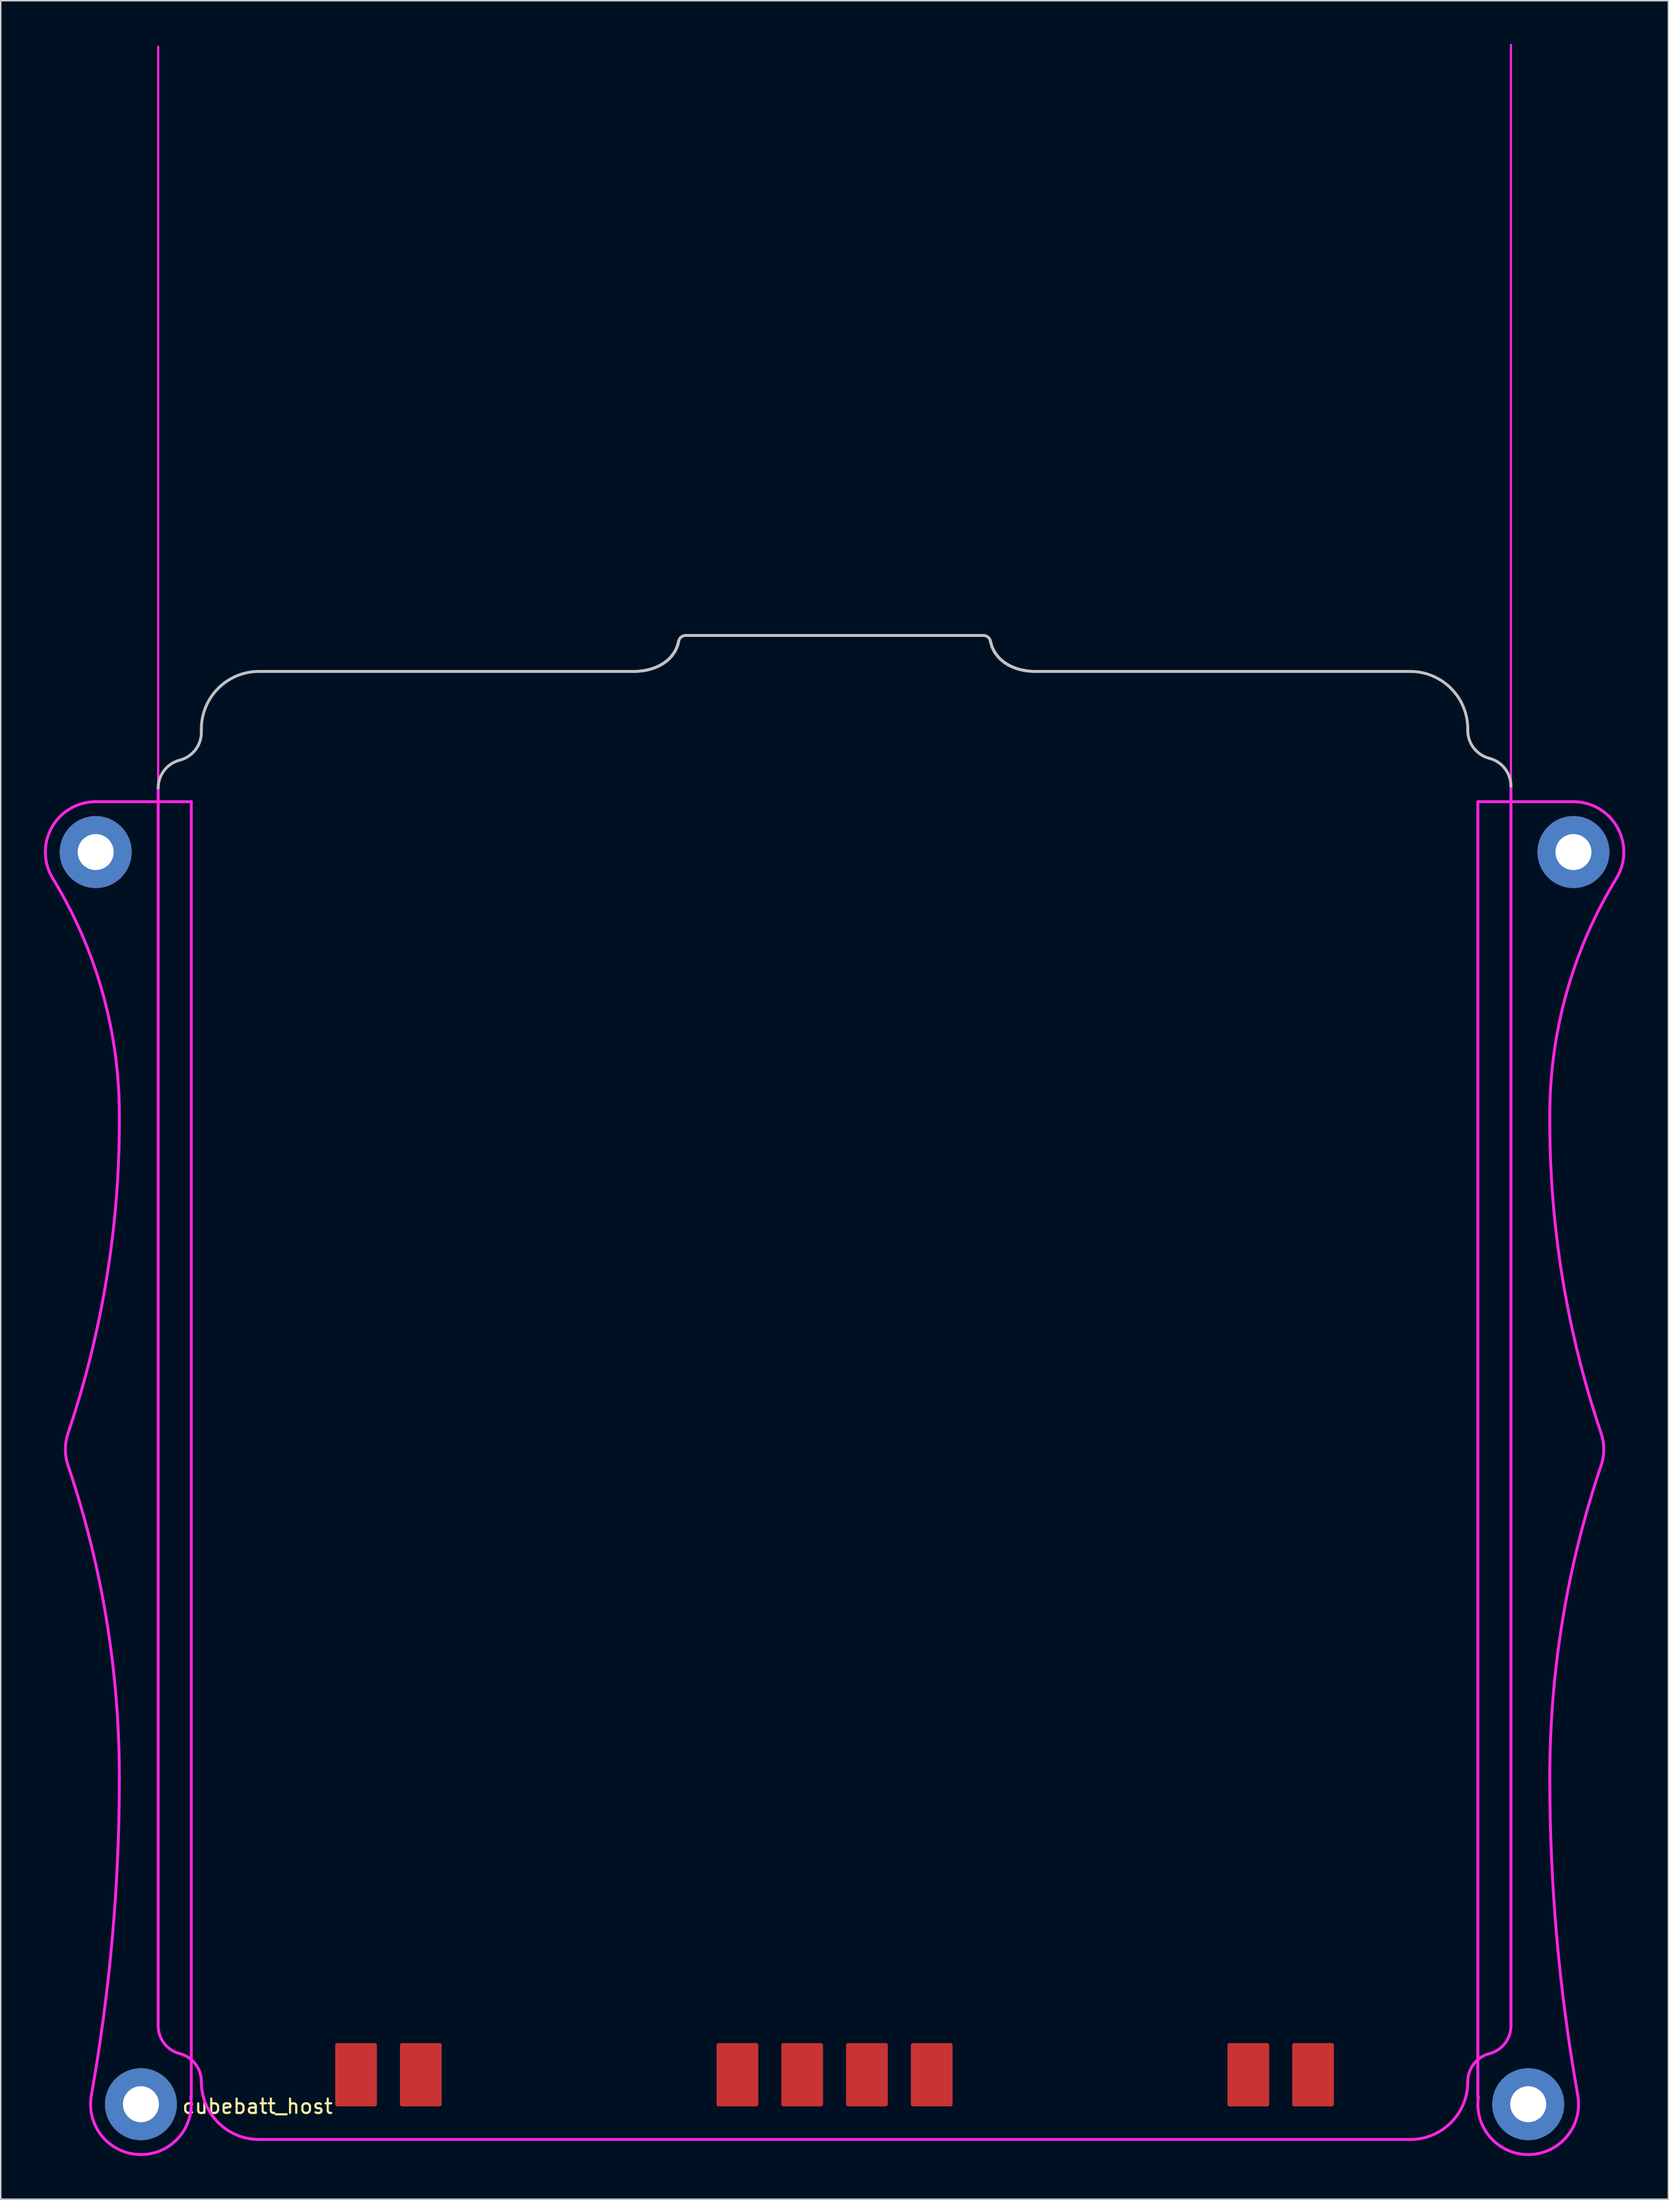
<source format=kicad_pcb>
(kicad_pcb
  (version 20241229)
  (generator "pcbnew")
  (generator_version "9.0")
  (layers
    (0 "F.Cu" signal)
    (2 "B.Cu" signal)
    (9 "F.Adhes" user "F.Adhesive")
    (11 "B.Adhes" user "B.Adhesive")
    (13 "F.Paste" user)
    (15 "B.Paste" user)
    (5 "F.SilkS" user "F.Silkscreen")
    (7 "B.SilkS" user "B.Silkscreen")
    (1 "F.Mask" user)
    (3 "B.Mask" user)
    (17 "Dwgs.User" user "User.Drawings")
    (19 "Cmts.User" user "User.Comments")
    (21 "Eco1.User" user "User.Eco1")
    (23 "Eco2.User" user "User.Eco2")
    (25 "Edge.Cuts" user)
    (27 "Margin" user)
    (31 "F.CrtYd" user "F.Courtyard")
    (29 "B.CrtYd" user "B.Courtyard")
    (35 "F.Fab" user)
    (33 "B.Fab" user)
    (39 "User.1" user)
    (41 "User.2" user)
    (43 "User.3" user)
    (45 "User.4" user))
  (footprint "cubebatt_host"
    (layer "F.Cu")
    (at 54.943 141.102)
    (property "Reference" "cubebatt_host" (at -40.1 2.2 0) (layer "F.SilkS") (effects (font (size 1 1) (thickness 0.15))))
    (attr through_hole)
    (fp_line (start -44 -93.5) (end -44 -93.273) (stroke (width 0.2) (type solid)) (layer "Dwgs.User"))
    (fp_line (start -14 -97.5) (end -40 -97.5) (stroke (width 0.2) (type solid)) (layer "Dwgs.User"))
    (fp_line (start -13.834 -97.503) (end -14 -97.5) (stroke (width 0.2) (type solid)) (layer "Dwgs.User"))
    (fp_line (start -13.671 -97.511) (end -13.834 -97.503) (stroke (width 0.2) (type solid)) (layer "Dwgs.User"))
    (fp_line (start -13.512 -97.524) (end -13.671 -97.511) (stroke (width 0.2) (type solid)) (layer "Dwgs.User"))
    (fp_line (start -13.358 -97.542) (end -13.512 -97.524) (stroke (width 0.2) (type solid)) (layer "Dwgs.User"))
    (fp_line (start -13.282 -97.553) (end -13.358 -97.542) (stroke (width 0.2) (type solid)) (layer "Dwgs.User"))
    (fp_line (start -13.207 -97.565) (end -13.282 -97.553) (stroke (width 0.2) (type solid)) (layer "Dwgs.User"))
    (fp_line (start -13.133 -97.579) (end -13.207 -97.565) (stroke (width 0.2) (type solid)) (layer "Dwgs.User"))
    (fp_line (start -13.06 -97.593) (end -13.133 -97.579) (stroke (width 0.2) (type solid)) (layer "Dwgs.User"))
    (fp_line (start -12.989 -97.609) (end -13.06 -97.593) (stroke (width 0.2) (type solid)) (layer "Dwgs.User"))
    (fp_line (start -12.918 -97.626) (end -12.989 -97.609) (stroke (width 0.2) (type solid)) (layer "Dwgs.User"))
    (fp_line (start -12.848 -97.644) (end -12.918 -97.626) (stroke (width 0.2) (type solid)) (layer "Dwgs.User"))
    (fp_line (start -12.779 -97.663) (end -12.848 -97.644) (stroke (width 0.2) (type solid)) (layer "Dwgs.User"))
    (fp_line (start -12.712 -97.683) (end -12.779 -97.663) (stroke (width 0.2) (type solid)) (layer "Dwgs.User"))
    (fp_line (start -12.645 -97.704) (end -12.712 -97.683) (stroke (width 0.2) (type solid)) (layer "Dwgs.User"))
    (fp_line (start -12.579 -97.727) (end -12.645 -97.704) (stroke (width 0.2) (type solid)) (layer "Dwgs.User"))
    (fp_line (start -12.515 -97.75) (end -12.579 -97.727) (stroke (width 0.2) (type solid)) (layer "Dwgs.User"))
    (fp_line (start -12.452 -97.775) (end -12.515 -97.75) (stroke (width 0.2) (type solid)) (layer "Dwgs.User"))
    (fp_line (start -12.389 -97.8) (end -12.452 -97.775) (stroke (width 0.2) (type solid)) (layer "Dwgs.User"))
    (fp_line (start -12.328 -97.827) (end -12.389 -97.8) (stroke (width 0.2) (type solid)) (layer "Dwgs.User"))
    (fp_line (start -12.268 -97.854) (end -12.328 -97.827) (stroke (width 0.2) (type solid)) (layer "Dwgs.User"))
    (fp_line (start -12.209 -97.883) (end -12.268 -97.854) (stroke (width 0.2) (type solid)) (layer "Dwgs.User"))
    (fp_line (start -12.151 -97.912) (end -12.209 -97.883) (stroke (width 0.2) (type solid)) (layer "Dwgs.User"))
    (fp_line (start -12.094 -97.943) (end -12.151 -97.912) (stroke (width 0.2) (type solid)) (layer "Dwgs.User"))
    (fp_line (start -12.039 -97.974) (end -12.094 -97.943) (stroke (width 0.2) (type solid)) (layer "Dwgs.User"))
    (fp_line (start -11.984 -98.007) (end -12.039 -97.974) (stroke (width 0.2) (type solid)) (layer "Dwgs.User"))
    (fp_line (start -11.931 -98.04) (end -11.984 -98.007) (stroke (width 0.2) (type solid)) (layer "Dwgs.User"))
    (fp_line (start -11.878 -98.074) (end -11.931 -98.04) (stroke (width 0.2) (type solid)) (layer "Dwgs.User"))
    (fp_line (start -11.827 -98.109) (end -11.878 -98.074) (stroke (width 0.2) (type solid)) (layer "Dwgs.User"))
    (fp_line (start -11.777 -98.145) (end -11.827 -98.109) (stroke (width 0.2) (type solid)) (layer "Dwgs.User"))
    (fp_line (start -11.728 -98.181) (end -11.777 -98.145) (stroke (width 0.2) (type solid)) (layer "Dwgs.User"))
    (fp_line (start -11.681 -98.219) (end -11.728 -98.181) (stroke (width 0.2) (type solid)) (layer "Dwgs.User"))
    (fp_line (start -11.634 -98.257) (end -11.681 -98.219) (stroke (width 0.2) (type solid)) (layer "Dwgs.User"))
    (fp_line (start -11.589 -98.296) (end -11.634 -98.257) (stroke (width 0.2) (type solid)) (layer "Dwgs.User"))
    (fp_line (start -11.545 -98.336) (end -11.589 -98.296) (stroke (width 0.2) (type solid)) (layer "Dwgs.User"))
    (fp_line (start -11.502 -98.376) (end -11.545 -98.336) (stroke (width 0.2) (type solid)) (layer "Dwgs.User"))
    (fp_line (start -11.46 -98.418) (end -11.502 -98.376) (stroke (width 0.2) (type solid)) (layer "Dwgs.User"))
    (fp_line (start -11.42 -98.46) (end -11.46 -98.418) (stroke (width 0.2) (type solid)) (layer "Dwgs.User"))
    (fp_line (start -11.381 -98.502) (end -11.42 -98.46) (stroke (width 0.2) (type solid)) (layer "Dwgs.User"))
    (fp_line (start -11.343 -98.546) (end -11.381 -98.502) (stroke (width 0.2) (type solid)) (layer "Dwgs.User"))
    (fp_line (start -11.306 -98.59) (end -11.343 -98.546) (stroke (width 0.2) (type solid)) (layer "Dwgs.User"))
    (fp_line (start -11.27 -98.635) (end -11.306 -98.59) (stroke (width 0.2) (type solid)) (layer "Dwgs.User"))
    (fp_line (start -11.236 -98.68) (end -11.27 -98.635) (stroke (width 0.2) (type solid)) (layer "Dwgs.User"))
    (fp_line (start -11.203 -98.726) (end -11.236 -98.68) (stroke (width 0.2) (type solid)) (layer "Dwgs.User"))
    (fp_line (start -11.171 -98.773) (end -11.203 -98.726) (stroke (width 0.2) (type solid)) (layer "Dwgs.User"))
    (fp_line (start -11.14 -98.82) (end -11.171 -98.773) (stroke (width 0.2) (type solid)) (layer "Dwgs.User"))
    (fp_line (start -11.111 -98.868) (end -11.14 -98.82) (stroke (width 0.2) (type solid)) (layer "Dwgs.User"))
    (fp_line (start -11.083 -98.917) (end -11.111 -98.868) (stroke (width 0.2) (type solid)) (layer "Dwgs.User"))
    (fp_line (start -11.056 -98.966) (end -11.083 -98.917) (stroke (width 0.2) (type solid)) (layer "Dwgs.User"))
    (fp_line (start -11.031 -99.015) (end -11.056 -98.966) (stroke (width 0.2) (type solid)) (layer "Dwgs.User"))
    (fp_line (start -11.007 -99.065) (end -11.031 -99.015) (stroke (width 0.2) (type solid)) (layer "Dwgs.User"))
    (fp_line (start -10.984 -99.116) (end -11.007 -99.065) (stroke (width 0.2) (type solid)) (layer "Dwgs.User"))
    (fp_line (start -10.962 -99.167) (end -10.984 -99.116) (stroke (width 0.2) (type solid)) (layer "Dwgs.User"))
    (fp_line (start -10.942 -99.219) (end -10.962 -99.167) (stroke (width 0.2) (type solid)) (layer "Dwgs.User"))
    (fp_line (start -10.923 -99.271) (end -10.942 -99.219) (stroke (width 0.2) (type solid)) (layer "Dwgs.User"))
    (fp_line (start -10.905 -99.323) (end -10.923 -99.271) (stroke (width 0.2) (type solid)) (layer "Dwgs.User"))
    (fp_line (start -10.889 -99.376) (end -10.905 -99.323) (stroke (width 0.2) (type solid)) (layer "Dwgs.User"))
    (fp_line (start -10.874 -99.429) (end -10.889 -99.376) (stroke (width 0.2) (type solid)) (layer "Dwgs.User"))
    (fp_line (start -10.861 -99.483) (end -10.874 -99.429) (stroke (width 0.2) (type solid)) (layer "Dwgs.User"))
    (fp_line (start -10.848 -99.537) (end -10.861 -99.483) (stroke (width 0.2) (type solid)) (layer "Dwgs.User"))
    (fp_line (start -10.837 -99.592) (end -10.848 -99.537) (stroke (width 0.2) (type solid)) (layer "Dwgs.User"))
    (fp_line (start 10.346 -100) (end -10.346 -100) (stroke (width 0.2) (type solid)) (layer "Dwgs.User"))
    (fp_line (start 10.848 -99.537) (end 10.837 -99.592) (stroke (width 0.2) (type solid)) (layer "Dwgs.User"))
    (fp_line (start 10.861 -99.483) (end 10.848 -99.537) (stroke (width 0.2) (type solid)) (layer "Dwgs.User"))
    (fp_line (start 10.874 -99.429) (end 10.861 -99.483) (stroke (width 0.2) (type solid)) (layer "Dwgs.User"))
    (fp_line (start 10.889 -99.376) (end 10.874 -99.429) (stroke (width 0.2) (type solid)) (layer "Dwgs.User"))
    (fp_line (start 10.905 -99.323) (end 10.889 -99.376) (stroke (width 0.2) (type solid)) (layer "Dwgs.User"))
    (fp_line (start 10.923 -99.271) (end 10.905 -99.323) (stroke (width 0.2) (type solid)) (layer "Dwgs.User"))
    (fp_line (start 10.942 -99.219) (end 10.923 -99.271) (stroke (width 0.2) (type solid)) (layer "Dwgs.User"))
    (fp_line (start 10.962 -99.167) (end 10.942 -99.219) (stroke (width 0.2) (type solid)) (layer "Dwgs.User"))
    (fp_line (start 10.984 -99.116) (end 10.962 -99.167) (stroke (width 0.2) (type solid)) (layer "Dwgs.User"))
    (fp_line (start 11.007 -99.065) (end 10.984 -99.116) (stroke (width 0.2) (type solid)) (layer "Dwgs.User"))
    (fp_line (start 11.031 -99.015) (end 11.007 -99.065) (stroke (width 0.2) (type solid)) (layer "Dwgs.User"))
    (fp_line (start 11.056 -98.966) (end 11.031 -99.015) (stroke (width 0.2) (type solid)) (layer "Dwgs.User"))
    (fp_line (start 11.083 -98.917) (end 11.056 -98.966) (stroke (width 0.2) (type solid)) (layer "Dwgs.User"))
    (fp_line (start 11.111 -98.868) (end 11.083 -98.917) (stroke (width 0.2) (type solid)) (layer "Dwgs.User"))
    (fp_line (start 11.14 -98.82) (end 11.111 -98.868) (stroke (width 0.2) (type solid)) (layer "Dwgs.User"))
    (fp_line (start 11.171 -98.773) (end 11.14 -98.82) (stroke (width 0.2) (type solid)) (layer "Dwgs.User"))
    (fp_line (start 11.203 -98.726) (end 11.171 -98.773) (stroke (width 0.2) (type solid)) (layer "Dwgs.User"))
    (fp_line (start 11.236 -98.68) (end 11.203 -98.726) (stroke (width 0.2) (type solid)) (layer "Dwgs.User"))
    (fp_line (start 11.27 -98.635) (end 11.236 -98.68) (stroke (width 0.2) (type solid)) (layer "Dwgs.User"))
    (fp_line (start 11.306 -98.59) (end 11.27 -98.635) (stroke (width 0.2) (type solid)) (layer "Dwgs.User"))
    (fp_line (start 11.343 -98.546) (end 11.306 -98.59) (stroke (width 0.2) (type solid)) (layer "Dwgs.User"))
    (fp_line (start 11.381 -98.502) (end 11.343 -98.546) (stroke (width 0.2) (type solid)) (layer "Dwgs.User"))
    (fp_line (start 11.42 -98.46) (end 11.381 -98.502) (stroke (width 0.2) (type solid)) (layer "Dwgs.User"))
    (fp_line (start 11.46 -98.418) (end 11.42 -98.46) (stroke (width 0.2) (type solid)) (layer "Dwgs.User"))
    (fp_line (start 11.502 -98.376) (end 11.46 -98.418) (stroke (width 0.2) (type solid)) (layer "Dwgs.User"))
    (fp_line (start 11.545 -98.336) (end 11.502 -98.376) (stroke (width 0.2) (type solid)) (layer "Dwgs.User"))
    (fp_line (start 11.589 -98.296) (end 11.545 -98.336) (stroke (width 0.2) (type solid)) (layer "Dwgs.User"))
    (fp_line (start 11.634 -98.257) (end 11.589 -98.296) (stroke (width 0.2) (type solid)) (layer "Dwgs.User"))
    (fp_line (start 11.681 -98.219) (end 11.634 -98.257) (stroke (width 0.2) (type solid)) (layer "Dwgs.User"))
    (fp_line (start 11.728 -98.181) (end 11.681 -98.219) (stroke (width 0.2) (type solid)) (layer "Dwgs.User"))
    (fp_line (start 11.777 -98.145) (end 11.728 -98.181) (stroke (width 0.2) (type solid)) (layer "Dwgs.User"))
    (fp_line (start 11.827 -98.109) (end 11.777 -98.145) (stroke (width 0.2) (type solid)) (layer "Dwgs.User"))
    (fp_line (start 11.878 -98.074) (end 11.827 -98.109) (stroke (width 0.2) (type solid)) (layer "Dwgs.User"))
    (fp_line (start 11.931 -98.04) (end 11.878 -98.074) (stroke (width 0.2) (type solid)) (layer "Dwgs.User"))
    (fp_line (start 11.984 -98.007) (end 11.931 -98.04) (stroke (width 0.2) (type solid)) (layer "Dwgs.User"))
    (fp_line (start 12.039 -97.974) (end 11.984 -98.007) (stroke (width 0.2) (type solid)) (layer "Dwgs.User"))
    (fp_line (start 12.094 -97.943) (end 12.039 -97.974) (stroke (width 0.2) (type solid)) (layer "Dwgs.User"))
    (fp_line (start 12.151 -97.912) (end 12.094 -97.943) (stroke (width 0.2) (type solid)) (layer "Dwgs.User"))
    (fp_line (start 12.209 -97.883) (end 12.151 -97.912) (stroke (width 0.2) (type solid)) (layer "Dwgs.User"))
    (fp_line (start 12.268 -97.854) (end 12.209 -97.883) (stroke (width 0.2) (type solid)) (layer "Dwgs.User"))
    (fp_line (start 12.328 -97.827) (end 12.268 -97.854) (stroke (width 0.2) (type solid)) (layer "Dwgs.User"))
    (fp_line (start 12.389 -97.8) (end 12.328 -97.827) (stroke (width 0.2) (type solid)) (layer "Dwgs.User"))
    (fp_line (start 12.452 -97.775) (end 12.389 -97.8) (stroke (width 0.2) (type solid)) (layer "Dwgs.User"))
    (fp_line (start 12.515 -97.75) (end 12.452 -97.775) (stroke (width 0.2) (type solid)) (layer "Dwgs.User"))
    (fp_line (start 12.579 -97.727) (end 12.515 -97.75) (stroke (width 0.2) (type solid)) (layer "Dwgs.User"))
    (fp_line (start 12.645 -97.704) (end 12.579 -97.727) (stroke (width 0.2) (type solid)) (layer "Dwgs.User"))
    (fp_line (start 12.712 -97.683) (end 12.645 -97.704) (stroke (width 0.2) (type solid)) (layer "Dwgs.User"))
    (fp_line (start 12.779 -97.663) (end 12.712 -97.683) (stroke (width 0.2) (type solid)) (layer "Dwgs.User"))
    (fp_line (start 12.848 -97.644) (end 12.779 -97.663) (stroke (width 0.2) (type solid)) (layer "Dwgs.User"))
    (fp_line (start 12.918 -97.626) (end 12.848 -97.644) (stroke (width 0.2) (type solid)) (layer "Dwgs.User"))
    (fp_line (start 12.989 -97.609) (end 12.918 -97.626) (stroke (width 0.2) (type solid)) (layer "Dwgs.User"))
    (fp_line (start 13.06 -97.593) (end 12.989 -97.609) (stroke (width 0.2) (type solid)) (layer "Dwgs.User"))
    (fp_line (start 13.133 -97.579) (end 13.06 -97.593) (stroke (width 0.2) (type solid)) (layer "Dwgs.User"))
    (fp_line (start 13.207 -97.565) (end 13.133 -97.579) (stroke (width 0.2) (type solid)) (layer "Dwgs.User"))
    (fp_line (start 13.282 -97.553) (end 13.207 -97.565) (stroke (width 0.2) (type solid)) (layer "Dwgs.User"))
    (fp_line (start 13.358 -97.542) (end 13.282 -97.553) (stroke (width 0.2) (type solid)) (layer "Dwgs.User"))
    (fp_line (start 13.512 -97.524) (end 13.358 -97.542) (stroke (width 0.2) (type solid)) (layer "Dwgs.User"))
    (fp_line (start 13.671 -97.511) (end 13.512 -97.524) (stroke (width 0.2) (type solid)) (layer "Dwgs.User"))
    (fp_line (start 13.834 -97.503) (end 13.671 -97.511) (stroke (width 0.2) (type solid)) (layer "Dwgs.User"))
    (fp_line (start 14 -97.5) (end 13.834 -97.503) (stroke (width 0.2) (type solid)) (layer "Dwgs.User"))
    (fp_line (start 40 -97.5) (end 14 -97.5) (stroke (width 0.2) (type solid)) (layer "Dwgs.User"))
    (fp_line (start 43.999 -93.367) (end 43.999 -93.567) (stroke (width 0.2) (type solid)) (layer "Dwgs.User"))
    (fp_arc (start -47 -89.400001) (mid -46.581138 -90.624745) (end -45.5 -91.336492) (stroke (width 0.2) (type solid)) (layer "Dwgs.User"))
    (fp_arc (start -44 -93.499999) (mid -42.828427 -96.328426) (end -40 -97.5) (stroke (width 0.2) (type solid)) (layer "Dwgs.User"))
    (fp_arc (start -44 -93.272983) (mid -44.418862 -92.048239) (end -45.5 -91.336492) (stroke (width 0.2) (type solid)) (layer "Dwgs.User"))
    (fp_arc (start -10.837499 -99.591629) (mid -10.665486 -99.884588) (end -10.345966 -100) (stroke (width 0.2) (type solid)) (layer "Dwgs.User"))
    (fp_arc (start 10.345967 -100) (mid 10.665486 -99.884586) (end 10.837499 -99.591628) (stroke (width 0.2) (type solid)) (layer "Dwgs.User"))
    (fp_arc (start 40 -97.5) (mid 42.804758 -96.3519) (end 43.999444 -93.566667) (stroke (width 0.2) (type solid)) (layer "Dwgs.User"))
    (fp_arc (start 45.499583 -91.463401) (mid 44.428422 -92.161952) (end 43.999444 -93.366667) (stroke (width 0.2) (type solid)) (layer "Dwgs.User"))
    (fp_arc (start 45.499583 -91.4634) (mid 46.581006 -90.751716) (end 47 -89.526802) (stroke (width 0.2) (type solid)) (layer "Dwgs.User"))
    (fp_line (start -49.7 -66.687) (end -49.7 -66.219) (stroke (width 0.2) (type solid)) (layer "F.CrtYd"))
    (fp_line (start -49.7 -20.681) (end -49.7 -20.577) (stroke (width 0.2) (type solid)) (layer "F.CrtYd"))
    (fp_line (start -47 -89.4) (end -47 -140.9) (stroke (width 0.15) (type solid)) (layer "F.CrtYd"))
    (fp_line (start -47 -89.4) (end -47 -3.4) (stroke (width 0.2) (type solid)) (layer "F.CrtYd"))
    (fp_line (start -44.736 1.55) (end -44.7 1.55) (stroke (width 0.2) (type solid)) (layer "F.CrtYd"))
    (fp_line (start -44.7 -88.45) (end -51.343 -88.45) (stroke (width 0.2) (type solid)) (layer "F.CrtYd"))
    (fp_line (start -44.7 1.55) (end -44.7 -88.45) (stroke (width 0.2) (type solid)) (layer "F.CrtYd"))
    (fp_line (start -44 0.473) (end -44 0.5) (stroke (width 0.2) (type solid)) (layer "F.CrtYd"))
    (fp_line (start -40 4.5) (end 40 4.5) (stroke (width 0.2) (type solid)) (layer "F.CrtYd"))
    (fp_line (start 44 0.5) (end 44 0.473) (stroke (width 0.2) (type solid)) (layer "F.CrtYd"))
    (fp_line (start 44.7 -88.45) (end 51.343 -88.45) (stroke (width 0.2) (type solid)) (layer "F.CrtYd"))
    (fp_line (start 44.7 1.55) (end 44.7 -88.45) (stroke (width 0.2) (type solid)) (layer "F.CrtYd"))
    (fp_line (start 44.736 1.55) (end 44.7 1.55) (stroke (width 0.2) (type solid)) (layer "F.CrtYd"))
    (fp_line (start 47 -89.527) (end 47 -141.027) (stroke (width 0.15) (type solid)) (layer "F.CrtYd"))
    (fp_line (start 47 -3.4) (end 47 -89.5) (stroke (width 0.2) (type solid)) (layer "F.CrtYd"))
    (fp_line (start 49.7 -66.687) (end 49.7 -66.219) (stroke (width 0.2) (type solid)) (layer "F.CrtYd"))
    (fp_line (start 49.7 -20.681) (end 49.7 -20.577) (stroke (width 0.2) (type solid)) (layer "F.CrtYd"))
    (fp_arc (start -54.328322 -83.123708) (mid -50.87915 -75.224994) (end -49.7 -66.687074) (stroke (width 0.2) (type solid)) (layer "F.CrtYd"))
    (fp_arc (start -54.328322 -83.123707) (mid -54.395614 -86.661429) (end -51.34258 -88.45) (stroke (width 0.2) (type solid)) (layer "F.CrtYd"))
    (fp_arc (start -53.265141 -42.327573) (mid -53.45 -43.45) (end -53.265141 -44.572426) (stroke (width 0.2) (type solid)) (layer "F.CrtYd"))
    (fp_arc (start -53.265141 -42.327573) (mid -50.597249 -31.649984) (end -49.7 -20.680777) (stroke (width 0.2) (type solid)) (layer "F.CrtYd"))
    (fp_arc (start -49.7 -66.219222) (mid -50.597249 -55.250015) (end -53.265141 -44.572426) (stroke (width 0.2) (type solid)) (layer "F.CrtYd"))
    (fp_arc (start -49.7 -20.577417) (mid -50.18738 -9.527758) (end -51.645736 1.436078) (stroke (width 0.2) (type solid)) (layer "F.CrtYd"))
    (fp_arc (start -45.5 -1.463509) (mid -45.076207 -1.300885) (end -44.7 -1.046885) (stroke (width 0.2) (type solid)) (layer "F.CrtYd"))
    (fp_arc (start -45.499999 -1.463508) (mid -46.581138 -2.175255) (end -47 -3.4) (stroke (width 0.2) (type solid)) (layer "F.CrtYd"))
    (fp_arc (start -44.735899 1.55) (mid -48.257696 5.549524) (end -51.645736 1.436078) (stroke (width 0.2) (type solid)) (layer "F.CrtYd"))
    (fp_arc (start -44.700001 -1.046885) (mid -44.183411 -0.363677) (end -44 0.472983) (stroke (width 0.2) (type solid)) (layer "F.CrtYd"))
    (fp_arc (start -39.999999 4.5) (mid -42.828426 3.328427) (end -44 0.5) (stroke (width 0.2) (type solid)) (layer "F.CrtYd"))
    (fp_arc (start 44 0.472983) (mid 44.18341 -0.363677) (end 44.7 -1.046885) (stroke (width 0.2) (type solid)) (layer "F.CrtYd"))
    (fp_arc (start 44 0.500001) (mid 42.828426 3.328427) (end 40 4.5) (stroke (width 0.2) (type solid)) (layer "F.CrtYd"))
    (fp_arc (start 44.7 -1.046885) (mid 45.076207 -1.300884) (end 45.5 -1.463508) (stroke (width 0.2) (type solid)) (layer "F.CrtYd"))
    (fp_arc (start 47.000001 -3.4) (mid 46.581139 -2.175255) (end 45.5 -1.463508) (stroke (width 0.2) (type solid)) (layer "F.CrtYd"))
    (fp_arc (start 49.7 -66.687073) (mid 50.87915 -75.224993) (end 54.328322 -83.123707) (stroke (width 0.2) (type solid)) (layer "F.CrtYd"))
    (fp_arc (start 49.7 -20.680777) (mid 50.597249 -31.649984) (end 53.265141 -42.327573) (stroke (width 0.2) (type solid)) (layer "F.CrtYd"))
    (fp_arc (start 51.34258 -88.45) (mid 54.395613 -86.661428) (end 54.328322 -83.123707) (stroke (width 0.2) (type solid)) (layer "F.CrtYd"))
    (fp_arc (start 51.645737 1.436078) (mid 48.257696 5.549525) (end 44.735898 1.55) (stroke (width 0.2) (type solid)) (layer "F.CrtYd"))
    (fp_arc (start 51.645737 1.436078) (mid 50.187381 -9.527758) (end 49.7 -20.577417) (stroke (width 0.2) (type solid)) (layer "F.CrtYd"))
    (fp_arc (start 53.265141 -44.572427) (mid 50.597249 -55.250016) (end 49.7 -66.219223) (stroke (width 0.2) (type solid)) (layer "F.CrtYd"))
    (fp_arc (start 53.265141 -44.572426) (mid 53.45 -43.45) (end 53.265141 -42.327573) (stroke (width 0.2) (type solid)) (layer "F.CrtYd"))
    (pad "1" smd roundrect (at -33.25 0) (size 2.9 4.4) (layers "F.Cu" "F.Mask" "F.Paste") (roundrect_rratio 0.05))
    (pad "1" smd roundrect (at -28.75 0) (size 2.9 4.4) (layers "F.Cu" "F.Mask" "F.Paste") (roundrect_rratio 0.05))
    (pad "2" smd roundrect (at -6.75 0) (size 2.9 4.4) (layers "F.Cu" "F.Mask" "F.Paste") (roundrect_rratio 0.05))
    (pad "3" smd roundrect (at -2.25 0) (size 2.9 4.4) (layers "F.Cu" "F.Mask" "F.Paste") (roundrect_rratio 0.05))
    (pad "4" smd roundrect (at 2.25 0) (size 2.9 4.4) (layers "F.Cu" "F.Mask" "F.Paste") (roundrect_rratio 0.05))
    (pad "5" smd roundrect (at 6.75 0) (size 2.9 4.4) (layers "F.Cu" "F.Mask" "F.Paste") (roundrect_rratio 0.05))
    (pad "6" smd roundrect (at 28.75 0) (size 2.9 4.4) (layers "F.Cu" "F.Mask" "F.Paste") (roundrect_rratio 0.05))
    (pad "6" smd roundrect (at 33.25 0) (size 2.9 4.4) (layers "F.Cu" "F.Mask" "F.Paste") (roundrect_rratio 0.05))
    (pad "~" thru_hole circle (at -51.343 -84.95) (size 5 5) (drill 2.5) (layers "*.Cu" "*.Mask"))
    (pad "~" thru_hole circle (at -48.2 2.05) (size 5 5) (drill 2.5) (layers "*.Cu" "*.Mask"))
    (pad "~" thru_hole circle (at 48.2 2.05) (size 5 5) (drill 2.5) (layers "*.Cu" "*.Mask"))
    (pad "~" thru_hole circle (at 51.343 -84.95) (size 5 5) (drill 2.5) (layers "*.Cu" "*.Mask")))
  (gr_rect
    (start -3 -3)
    (end 112.885 149.752)
    (stroke (width 0.1) (type default))
    (fill no)
    (layer "Edge.Cuts")))
</source>
